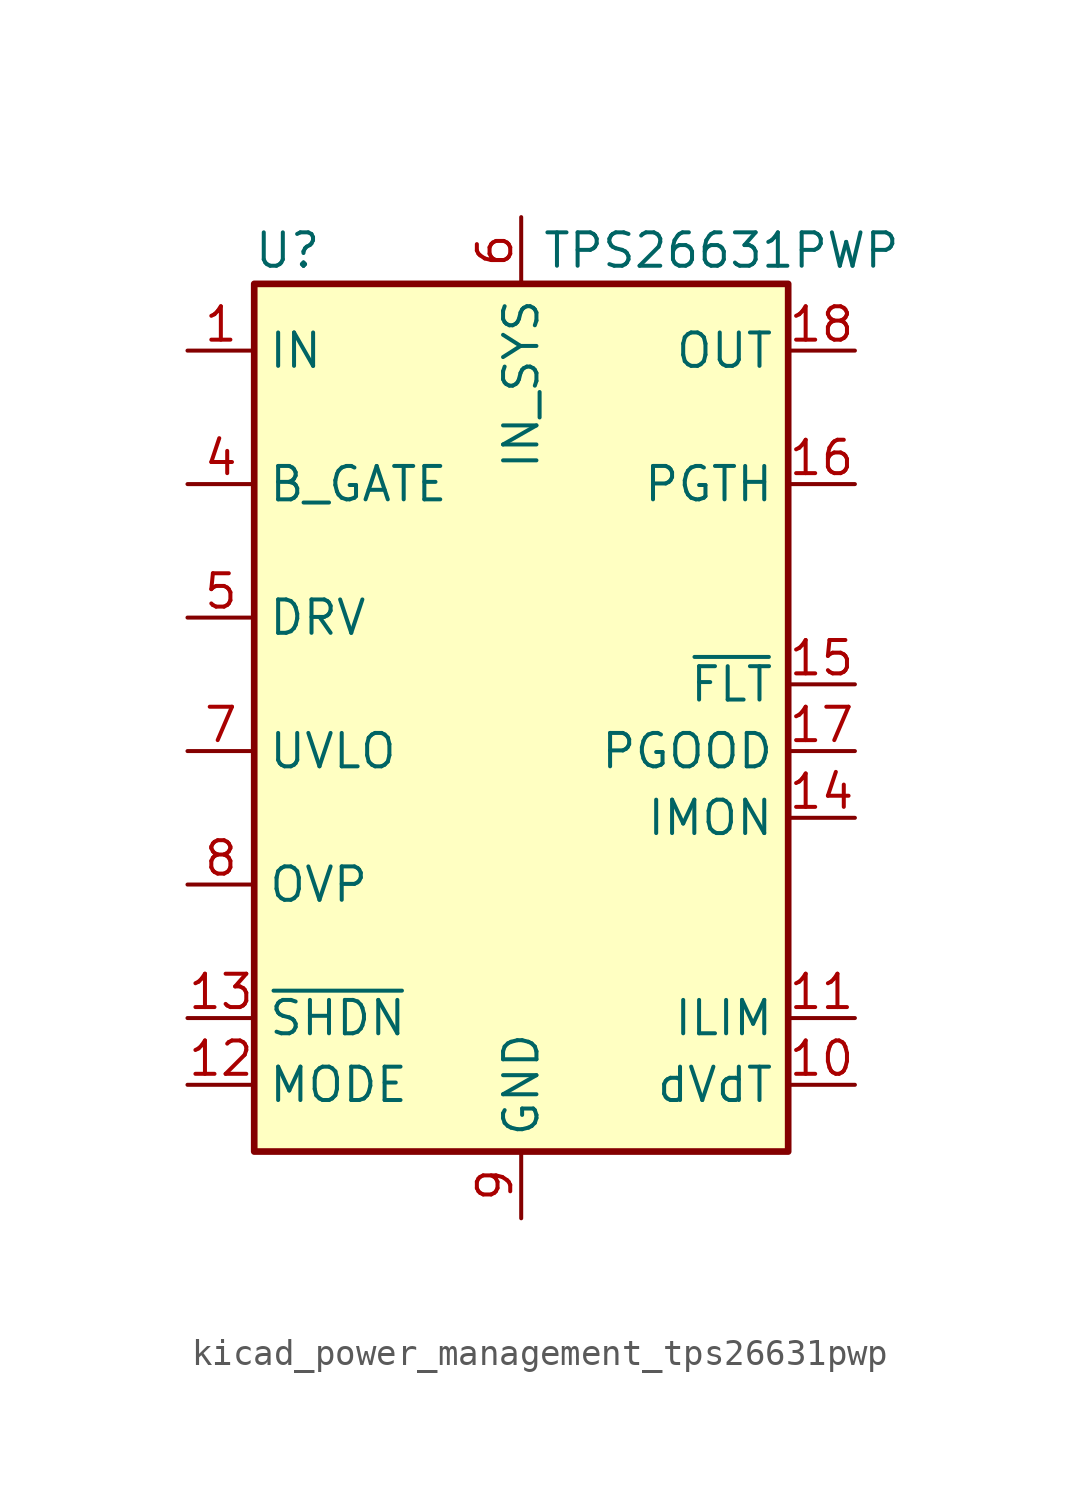
<source format=kicad_sym>
(kicad_symbol_lib
  (version 20220914)
  (generator kicad_symbol_editor)
  (symbol "kicad_power_management_tps26631pwp"
    (property "Reference" "U"
      (at -8.89 16.51 0)
      (effects (font (size 1.27 1.27))))
    (property "Value" "TPS26631PWP"
      (at 7.62 16.51 0)
      (effects (font (size 1.27 1.27))))
    (symbol "kicad_power_management_tps26631pwp_0_1"
      (rectangle (start -10.16 15.24) (end 10.16 -17.78) (stroke (width 0.254) (type default)) (fill (type background))))
    (symbol "kicad_power_management_tps26631pwp_1_1"
      (pin power_in line (at -12.7 12.7 0) (length 2.54) (name "IN" (effects (font (size 1.27 1.27)))) (number "1" (effects (font (size 1.27 1.27)))))
      (pin passive line (at 12.7 -15.24 180) (length 2.54) (name "dVdT" (effects (font (size 1.27 1.27)))) (number "10" (effects (font (size 1.27 1.27)))))
      (pin passive line (at 12.7 -12.7 180) (length 2.54) (name "ILIM" (effects (font (size 1.27 1.27)))) (number "11" (effects (font (size 1.27 1.27)))))
      (pin input line (at -12.7 -15.24 0) (length 2.54) (name "MODE" (effects (font (size 1.27 1.27)))) (number "12" (effects (font (size 1.27 1.27)))))
      (pin input line (at -12.7 -12.7 0) (length 2.54) (name "~{SHDN}" (effects (font (size 1.27 1.27)))) (number "13" (effects (font (size 1.27 1.27)))))
      (pin output line (at 12.7 -5.08 180) (length 2.54) (name "IMON" (effects (font (size 1.27 1.27)))) (number "14" (effects (font (size 1.27 1.27)))))
      (pin open_collector line (at 12.7 0 180) (length 2.54) (name "~{FLT}" (effects (font (size 1.27 1.27)))) (number "15" (effects (font (size 1.27 1.27)))))
      (pin input line (at 12.7 7.62 180) (length 2.54) (name "PGTH" (effects (font (size 1.27 1.27)))) (number "16" (effects (font (size 1.27 1.27)))))
      (pin output line (at 12.7 -2.54 180) (length 2.54) (name "PGOOD" (effects (font (size 1.27 1.27)))) (number "17" (effects (font (size 1.27 1.27)))))
      (pin power_out line (at 12.7 12.7 180) (length 2.54) (name "OUT" (effects (font (size 1.27 1.27)))) (number "18" (effects (font (size 1.27 1.27)))))
      (pin passive line (at 12.7 12.7 180) (length 2.54) hide (name "OUT" (effects (font (size 1.27 1.27)))) (number "19" (effects (font (size 1.27 1.27)))))
      (pin passive line (at -12.7 12.7 0) (length 2.54) hide (name "IN" (effects (font (size 1.27 1.27)))) (number "2" (effects (font (size 1.27 1.27)))))
      (pin passive line (at 12.7 12.7 180) (length 2.54) hide (name "OUT" (effects (font (size 1.27 1.27)))) (number "20" (effects (font (size 1.27 1.27)))))
      (pin passive line (at 0 -20.32 90) (length 2.54) hide (name "GND" (effects (font (size 1.27 1.27)))) (number "21" (effects (font (size 1.27 1.27)))))
      (pin passive line (at -12.7 12.7 0) (length 2.54) hide (name "IN" (effects (font (size 1.27 1.27)))) (number "3" (effects (font (size 1.27 1.27)))))
      (pin output line (at -12.7 7.62 0) (length 2.54) (name "B_GATE" (effects (font (size 1.27 1.27)))) (number "4" (effects (font (size 1.27 1.27)))))
      (pin output line (at -12.7 2.54 0) (length 2.54) (name "DRV" (effects (font (size 1.27 1.27)))) (number "5" (effects (font (size 1.27 1.27)))))
      (pin power_in line (at 0 17.78 270) (length 2.54) (name "IN_SYS" (effects (font (size 1.27 1.27)))) (number "6" (effects (font (size 1.27 1.27)))))
      (pin input line (at -12.7 -2.54 0) (length 2.54) (name "UVLO" (effects (font (size 1.27 1.27)))) (number "7" (effects (font (size 1.27 1.27)))))
      (pin input line (at -12.7 -7.62 0) (length 2.54) (name "OVP" (effects (font (size 1.27 1.27)))) (number "8" (effects (font (size 1.27 1.27)))))
      (pin power_in line (at 0 -20.32 90) (length 2.54) (name "GND" (effects (font (size 1.27 1.27)))) (number "9" (effects (font (size 1.27 1.27))))))))
</source>
